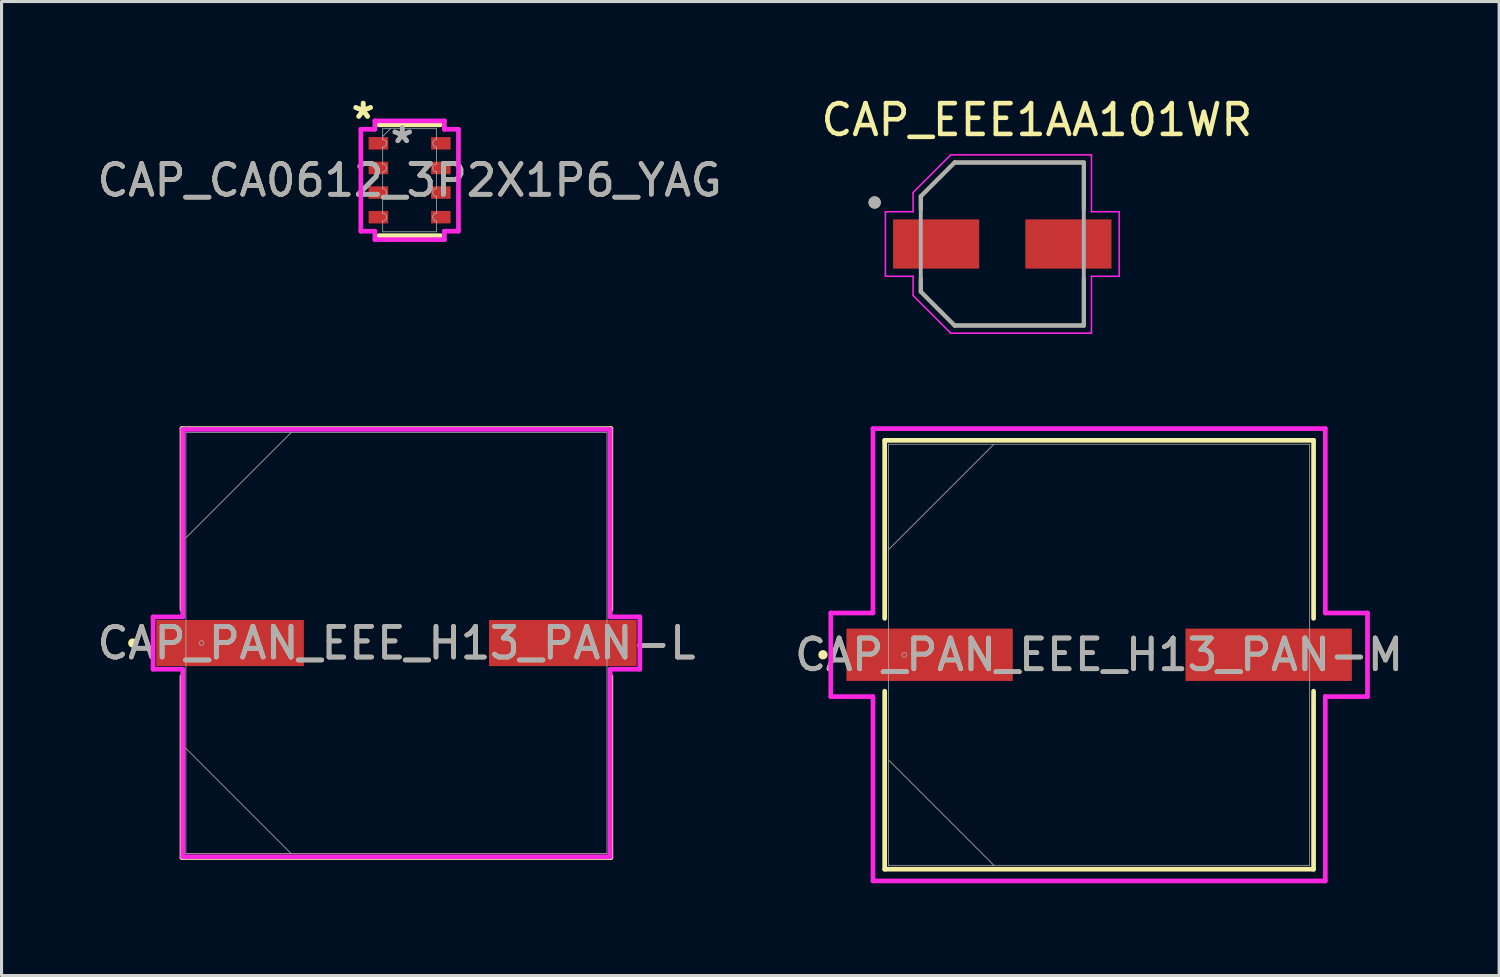
<source format=kicad_pcb>
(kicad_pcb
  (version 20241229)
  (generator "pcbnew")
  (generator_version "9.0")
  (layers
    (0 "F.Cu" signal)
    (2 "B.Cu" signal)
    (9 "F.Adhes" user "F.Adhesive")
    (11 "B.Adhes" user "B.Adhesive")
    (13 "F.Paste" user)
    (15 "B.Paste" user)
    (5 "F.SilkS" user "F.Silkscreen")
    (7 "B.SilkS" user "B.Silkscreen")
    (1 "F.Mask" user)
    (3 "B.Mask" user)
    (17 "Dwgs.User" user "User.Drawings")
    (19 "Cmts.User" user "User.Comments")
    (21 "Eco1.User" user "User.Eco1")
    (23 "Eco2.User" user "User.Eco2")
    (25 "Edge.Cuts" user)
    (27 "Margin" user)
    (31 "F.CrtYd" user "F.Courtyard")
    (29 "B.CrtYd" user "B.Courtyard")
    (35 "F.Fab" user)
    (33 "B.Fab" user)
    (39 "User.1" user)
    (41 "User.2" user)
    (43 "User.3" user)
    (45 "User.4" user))
  (footprint "CAP_PAN_EEE_H13_PAN-L"
    (layer "F.Cu")
    (at 9.839 17.857)
    (property "Reference" "CAP_PAN_EEE_H13_PAN-L" (at 0 0 0) (unlocked yes) (layer "F.SilkS") (effects (font (size 1 1) (thickness 0.15))))
    (attr smd)
    (fp_line (start -6.972 -6.972) (end -6.972 -1.082) (stroke (width 0.152) (type solid)) (layer "F.SilkS"))
    (fp_line (start -6.972 1.082) (end -6.972 6.972) (stroke (width 0.152) (type solid)) (layer "F.SilkS"))
    (fp_line (start -6.972 6.972) (end 6.972 6.972) (stroke (width 0.152) (type solid)) (layer "F.SilkS"))
    (fp_line (start 6.972 -6.972) (end -6.972 -6.972) (stroke (width 0.152) (type solid)) (layer "F.SilkS"))
    (fp_line (start 6.972 -1.082) (end 6.972 -6.972) (stroke (width 0.152) (type solid)) (layer "F.SilkS"))
    (fp_line (start 6.972 6.972) (end 6.972 1.082) (stroke (width 0.152) (type solid)) (layer "F.SilkS"))
    (fp_circle (center -8.572 0) (end -8.496 0) (stroke (width 0.152) (type solid)) (fill no) (layer "F.SilkS"))
    (fp_line (start -7.912 -0.851) (end -6.947 -0.851) (stroke (width 0.152) (type solid)) (layer "F.CrtYd"))
    (fp_line (start -7.912 0.851) (end -7.912 -0.851) (stroke (width 0.152) (type solid)) (layer "F.CrtYd"))
    (fp_line (start -6.947 -6.947) (end 6.947 -6.947) (stroke (width 0.152) (type solid)) (layer "F.CrtYd"))
    (fp_line (start -6.947 -0.851) (end -6.947 -6.947) (stroke (width 0.152) (type solid)) (layer "F.CrtYd"))
    (fp_line (start -6.947 0.851) (end -7.912 0.851) (stroke (width 0.152) (type solid)) (layer "F.CrtYd"))
    (fp_line (start -6.947 6.947) (end -6.947 0.851) (stroke (width 0.152) (type solid)) (layer "F.CrtYd"))
    (fp_line (start 6.947 -6.947) (end 6.947 -0.851) (stroke (width 0.152) (type solid)) (layer "F.CrtYd"))
    (fp_line (start 6.947 -0.851) (end 7.912 -0.851) (stroke (width 0.152) (type solid)) (layer "F.CrtYd"))
    (fp_line (start 6.947 0.851) (end 6.947 6.947) (stroke (width 0.152) (type solid)) (layer "F.CrtYd"))
    (fp_line (start 6.947 6.947) (end -6.947 6.947) (stroke (width 0.152) (type solid)) (layer "F.CrtYd"))
    (fp_line (start 7.912 -0.851) (end 7.912 0.851) (stroke (width 0.152) (type solid)) (layer "F.CrtYd"))
    (fp_line (start 7.912 0.851) (end 6.947 0.851) (stroke (width 0.152) (type solid)) (layer "F.CrtYd"))
    (fp_line (start -6.845 -6.845) (end -6.845 6.845) (stroke (width 0.025) (type solid)) (layer "F.Fab"))
    (fp_line (start -6.845 -3.423) (end -3.423 -6.845) (stroke (width 0.025) (type solid)) (layer "F.Fab"))
    (fp_line (start -6.845 3.423) (end -3.423 6.845) (stroke (width 0.025) (type solid)) (layer "F.Fab"))
    (fp_line (start -6.845 6.845) (end 6.845 6.845) (stroke (width 0.025) (type solid)) (layer "F.Fab"))
    (fp_line (start 6.845 -6.845) (end -6.845 -6.845) (stroke (width 0.025) (type solid)) (layer "F.Fab"))
    (fp_line (start 6.845 6.845) (end 6.845 -6.845) (stroke (width 0.025) (type solid)) (layer "F.Fab"))
    (fp_circle (center -6.337 0) (end -6.261 0) (stroke (width 0.025) (type solid)) (fill no) (layer "F.Fab"))
    (fp_text user "${REFERENCE}" (at 0 0 0) (unlocked yes) (layer "F.Fab") (effects (font (size 1 1) (thickness 0.15))))
    (pad "1" smd rect (at -5.41 0) (size 4.801 1.499) (layers "F.Cu" "F.Mask" "F.Paste"))
    (pad "2" smd rect (at 5.41 0) (size 4.801 1.499) (layers "F.Cu" "F.Mask" "F.Paste"))
    (zone (net_name "") (layer "F.Cu") (hatch full 0.508) (connect_pads) (min_thickness 0.254) (filled_areas_thickness no) (keepout (tracks not_allowed) (vias not_allowed) (pads allowed) (copperpour not_allowed) (footprints allowed)) (placement (enabled no)) (fill) (polygon (pts (xy 3.045 11.062) (xy 16.634 11.062) (xy 16.634 17.057) (xy 3.045 17.057))))
    (zone (net_name "") (layer "F.Cu") (hatch full 0.508) (connect_pads) (min_thickness 0.254) (filled_areas_thickness no) (keepout (tracks not_allowed) (vias not_allowed) (pads allowed) (copperpour not_allowed) (footprints allowed)) (placement (enabled no)) (fill) (polygon (pts (xy 3.045 18.657) (xy 16.634 18.657) (xy 16.634 24.651) (xy 3.045 24.651))))
    (zone (net_name "") (layer "F.Cu") (hatch full 0.508) (connect_pads) (min_thickness 0.254) (filled_areas_thickness no) (keepout (tracks not_allowed) (vias not_allowed) (pads allowed) (copperpour not_allowed) (footprints allowed)) (placement (enabled no)) (fill) (polygon (pts (xy 6.88 17.057) (xy 12.798 17.057) (xy 12.798 18.657) (xy 6.88 18.657)))))
  (footprint "CAP_EEE1AA101WR"
    (layer "F.Cu")
    (at 29.536 4.883)
    (property "Reference" "CAP_EEE1AA101WR" (at 1.125 -4.035 0) (layer "F.SilkS") (effects (font (size 1 1) (thickness 0.15))))
    (attr smd)
    (fp_line (start -2.65 -1.55) (end -2.65 -1.12) (stroke (width 0.127) (type solid)) (layer "F.SilkS"))
    (fp_line (start -2.65 1.12) (end -2.65 1.55) (stroke (width 0.127) (type solid)) (layer "F.SilkS"))
    (fp_line (start -2.65 1.55) (end -1.55 2.65) (stroke (width 0.127) (type solid)) (layer "F.SilkS"))
    (fp_line (start -1.55 -2.65) (end -2.65 -1.55) (stroke (width 0.127) (type solid)) (layer "F.SilkS"))
    (fp_line (start -1.55 2.65) (end 2.65 2.65) (stroke (width 0.127) (type solid)) (layer "F.SilkS"))
    (fp_line (start 2.65 -2.65) (end -1.55 -2.65) (stroke (width 0.127) (type solid)) (layer "F.SilkS"))
    (fp_line (start 2.65 -1.12) (end 2.65 -2.65) (stroke (width 0.127) (type solid)) (layer "F.SilkS"))
    (fp_line (start 2.65 2.65) (end 2.65 1.12) (stroke (width 0.127) (type solid)) (layer "F.SilkS"))
    (fp_circle (center -4.15 -1.35) (end -4.05 -1.35) (stroke (width 0.2) (type solid)) (fill no) (layer "F.SilkS"))
    (fp_line (start -3.8 -1.05) (end -2.9 -1.05) (stroke (width 0.05) (type solid)) (layer "F.CrtYd"))
    (fp_line (start -3.8 1.05) (end -3.8 -1.05) (stroke (width 0.05) (type solid)) (layer "F.CrtYd"))
    (fp_line (start -2.9 -1.675) (end -1.675 -2.9) (stroke (width 0.05) (type solid)) (layer "F.CrtYd"))
    (fp_line (start -2.9 -1.05) (end -2.9 -1.675) (stroke (width 0.05) (type solid)) (layer "F.CrtYd"))
    (fp_line (start -2.9 1.05) (end -3.8 1.05) (stroke (width 0.05) (type solid)) (layer "F.CrtYd"))
    (fp_line (start -2.9 1.675) (end -2.9 1.05) (stroke (width 0.05) (type solid)) (layer "F.CrtYd"))
    (fp_line (start -1.675 -2.9) (end 2.9 -2.9) (stroke (width 0.05) (type solid)) (layer "F.CrtYd"))
    (fp_line (start -1.675 2.9) (end -2.9 1.675) (stroke (width 0.05) (type solid)) (layer "F.CrtYd"))
    (fp_line (start 2.9 -2.9) (end 2.9 -1.05) (stroke (width 0.05) (type solid)) (layer "F.CrtYd"))
    (fp_line (start 2.9 -1.05) (end 3.8 -1.05) (stroke (width 0.05) (type solid)) (layer "F.CrtYd"))
    (fp_line (start 2.9 1.05) (end 2.9 2.9) (stroke (width 0.05) (type solid)) (layer "F.CrtYd"))
    (fp_line (start 2.9 2.9) (end -1.675 2.9) (stroke (width 0.05) (type solid)) (layer "F.CrtYd"))
    (fp_line (start 3.8 -1.05) (end 3.8 1.05) (stroke (width 0.05) (type solid)) (layer "F.CrtYd"))
    (fp_line (start 3.8 1.05) (end 2.9 1.05) (stroke (width 0.05) (type solid)) (layer "F.CrtYd"))
    (fp_line (start -2.65 -1.55) (end -2.65 1.55) (stroke (width 0.127) (type solid)) (layer "F.Fab"))
    (fp_line (start -2.65 1.55) (end -1.55 2.65) (stroke (width 0.127) (type solid)) (layer "F.Fab"))
    (fp_line (start -1.55 -2.65) (end -2.65 -1.55) (stroke (width 0.127) (type solid)) (layer "F.Fab"))
    (fp_line (start -1.55 2.65) (end 2.65 2.65) (stroke (width 0.127) (type solid)) (layer "F.Fab"))
    (fp_line (start 2.65 -2.65) (end -1.55 -2.65) (stroke (width 0.127) (type solid)) (layer "F.Fab"))
    (fp_line (start 2.65 2.65) (end 2.65 -2.65) (stroke (width 0.127) (type solid)) (layer "F.Fab"))
    (fp_circle (center -4.15 -1.35) (end -4.05 -1.35) (stroke (width 0.2) (type solid)) (fill no) (layer "F.Fab"))
    (pad "1" smd rect (at -2.15 0) (size 2.8 1.6) (layers "F.Cu" "F.Mask" "F.Paste"))
    (pad "2" smd rect (at 2.15 0) (size 2.8 1.6) (layers "F.Cu" "F.Mask" "F.Paste")))
  (footprint "CAP_PAN_EEE_H13_PAN-M"
    (layer "F.Cu")
    (at 32.685 18.238)
    (property "Reference" "CAP_PAN_EEE_H13_PAN-M" (at 0 0 0) (unlocked yes) (layer "F.SilkS") (effects (font (size 1 1) (thickness 0.15))))
    (attr smd)
    (fp_line (start -6.972 -6.972) (end -6.972 -1.184) (stroke (width 0.152) (type solid)) (layer "F.SilkS"))
    (fp_line (start -6.972 1.184) (end -6.972 6.972) (stroke (width 0.152) (type solid)) (layer "F.SilkS"))
    (fp_line (start -6.972 6.972) (end 6.972 6.972) (stroke (width 0.152) (type solid)) (layer "F.SilkS"))
    (fp_line (start 6.972 -6.972) (end -6.972 -6.972) (stroke (width 0.152) (type solid)) (layer "F.SilkS"))
    (fp_line (start 6.972 -1.184) (end 6.972 -6.972) (stroke (width 0.152) (type solid)) (layer "F.SilkS"))
    (fp_line (start 6.972 6.972) (end 6.972 1.184) (stroke (width 0.152) (type solid)) (layer "F.SilkS"))
    (fp_circle (center -8.979 0) (end -8.903 0) (stroke (width 0.152) (type solid)) (fill no) (layer "F.SilkS"))
    (fp_line (start -8.725 -1.359) (end -7.353 -1.359) (stroke (width 0.152) (type solid)) (layer "F.CrtYd"))
    (fp_line (start -8.725 1.359) (end -8.725 -1.359) (stroke (width 0.152) (type solid)) (layer "F.CrtYd"))
    (fp_line (start -7.353 -7.353) (end 7.353 -7.353) (stroke (width 0.152) (type solid)) (layer "F.CrtYd"))
    (fp_line (start -7.353 -1.359) (end -7.353 -7.353) (stroke (width 0.152) (type solid)) (layer "F.CrtYd"))
    (fp_line (start -7.353 1.359) (end -8.725 1.359) (stroke (width 0.152) (type solid)) (layer "F.CrtYd"))
    (fp_line (start -7.353 7.353) (end -7.353 1.359) (stroke (width 0.152) (type solid)) (layer "F.CrtYd"))
    (fp_line (start 7.353 -7.353) (end 7.353 -1.359) (stroke (width 0.152) (type solid)) (layer "F.CrtYd"))
    (fp_line (start 7.353 -1.359) (end 8.725 -1.359) (stroke (width 0.152) (type solid)) (layer "F.CrtYd"))
    (fp_line (start 7.353 1.359) (end 7.353 7.353) (stroke (width 0.152) (type solid)) (layer "F.CrtYd"))
    (fp_line (start 7.353 7.353) (end -7.353 7.353) (stroke (width 0.152) (type solid)) (layer "F.CrtYd"))
    (fp_line (start 8.725 -1.359) (end 8.725 1.359) (stroke (width 0.152) (type solid)) (layer "F.CrtYd"))
    (fp_line (start 8.725 1.359) (end 7.353 1.359) (stroke (width 0.152) (type solid)) (layer "F.CrtYd"))
    (fp_line (start -6.845 -6.845) (end -6.845 6.845) (stroke (width 0.025) (type solid)) (layer "F.Fab"))
    (fp_line (start -6.845 -3.423) (end -3.423 -6.845) (stroke (width 0.025) (type solid)) (layer "F.Fab"))
    (fp_line (start -6.845 3.423) (end -3.423 6.845) (stroke (width 0.025) (type solid)) (layer "F.Fab"))
    (fp_line (start -6.845 6.845) (end 6.845 6.845) (stroke (width 0.025) (type solid)) (layer "F.Fab"))
    (fp_line (start 6.845 -6.845) (end -6.845 -6.845) (stroke (width 0.025) (type solid)) (layer "F.Fab"))
    (fp_line (start 6.845 6.845) (end 6.845 -6.845) (stroke (width 0.025) (type solid)) (layer "F.Fab"))
    (fp_circle (center -6.337 0) (end -6.261 0) (stroke (width 0.025) (type solid)) (fill no) (layer "F.Fab"))
    (fp_text user "${REFERENCE}" (at 0 0 0) (unlocked yes) (layer "F.Fab") (effects (font (size 1 1) (thickness 0.15))))
    (pad "1" smd rect (at -5.512 0) (size 5.41 1.702) (layers "F.Cu" "F.Mask" "F.Paste"))
    (pad "2" smd rect (at 5.512 0) (size 5.41 1.702) (layers "F.Cu" "F.Mask" "F.Paste"))
    (zone (net_name "") (layer "F.Cu") (hatch full 0.508) (connect_pads) (min_thickness 0.254) (filled_areas_thickness no) (keepout (tracks not_allowed) (vias not_allowed) (pads allowed) (copperpour not_allowed) (footprints allowed)) (placement (enabled no)) (fill) (polygon (pts (xy 25.89 11.443) (xy 39.479 11.443) (xy 39.479 17.336) (xy 25.89 17.336))))
    (zone (net_name "") (layer "F.Cu") (hatch full 0.508) (connect_pads) (min_thickness 0.254) (filled_areas_thickness no) (keepout (tracks not_allowed) (vias not_allowed) (pads allowed) (copperpour not_allowed) (footprints allowed)) (placement (enabled no)) (fill) (polygon (pts (xy 25.89 19.139) (xy 39.479 19.139) (xy 39.479 25.032) (xy 25.89 25.032))))
    (zone (net_name "") (layer "F.Cu") (hatch full 0.508) (connect_pads) (min_thickness 0.254) (filled_areas_thickness no) (keepout (tracks not_allowed) (vias not_allowed) (pads allowed) (copperpour not_allowed) (footprints allowed)) (placement (enabled no)) (fill) (polygon (pts (xy 29.929 17.336) (xy 35.44 17.336) (xy 35.44 19.139) (xy 29.929 19.139)))))
  (footprint "CAP_CA0612_3P2X1P6_YAG"
    (layer "F.Cu")
    (at 10.268 2.81)
    (property "Reference" "CAP_CA0612_3P2X1P6_YAG" (at 0 0 0) (unlocked yes) (layer "F.SilkS") (effects (font (size 1 1) (thickness 0.15))))
    (attr smd)
    (fp_line (start -1.003 -1.803) (end 1.003 -1.803) (stroke (width 0.152) (type solid)) (layer "F.SilkS"))
    (fp_line (start -1.003 1.803) (end 1.003 1.803) (stroke (width 0.152) (type solid)) (layer "F.SilkS"))
    (fp_line (start -1.587 -1.657) (end -1.13 -1.657) (stroke (width 0.152) (type solid)) (layer "F.CrtYd"))
    (fp_line (start -1.587 1.657) (end -1.587 -1.657) (stroke (width 0.152) (type solid)) (layer "F.CrtYd"))
    (fp_line (start -1.587 1.657) (end -1.13 1.657) (stroke (width 0.152) (type solid)) (layer "F.CrtYd"))
    (fp_line (start -1.13 -1.93) (end 1.13 -1.93) (stroke (width 0.152) (type solid)) (layer "F.CrtYd"))
    (fp_line (start -1.13 -1.657) (end -1.13 -1.93) (stroke (width 0.152) (type solid)) (layer "F.CrtYd"))
    (fp_line (start -1.13 1.93) (end -1.13 1.657) (stroke (width 0.152) (type solid)) (layer "F.CrtYd"))
    (fp_line (start 1.13 -1.93) (end 1.13 -1.657) (stroke (width 0.152) (type solid)) (layer "F.CrtYd"))
    (fp_line (start 1.13 1.657) (end 1.13 1.93) (stroke (width 0.152) (type solid)) (layer "F.CrtYd"))
    (fp_line (start 1.13 1.93) (end -1.13 1.93) (stroke (width 0.152) (type solid)) (layer "F.CrtYd"))
    (fp_line (start 1.587 -1.657) (end 1.13 -1.657) (stroke (width 0.152) (type solid)) (layer "F.CrtYd"))
    (fp_line (start 1.587 -1.657) (end 1.587 1.657) (stroke (width 0.152) (type solid)) (layer "F.CrtYd"))
    (fp_line (start 1.587 1.657) (end 1.13 1.657) (stroke (width 0.152) (type solid)) (layer "F.CrtYd"))
    (fp_line (start -0.876 -1.676) (end 0.876 -1.676) (stroke (width 0.025) (type solid)) (layer "F.Fab"))
    (fp_line (start -0.876 -1.327) (end -0.876 -1.676) (stroke (width 0.025) (type solid)) (layer "F.Fab"))
    (fp_line (start -0.876 -1.073) (end -0.876 -0.527) (stroke (width 0.025) (type solid)) (layer "F.Fab"))
    (fp_line (start -0.876 -0.273) (end -0.876 0.273) (stroke (width 0.025) (type solid)) (layer "F.Fab"))
    (fp_line (start -0.876 0.527) (end -0.876 1.073) (stroke (width 0.025) (type solid)) (layer "F.Fab"))
    (fp_line (start -0.876 1.327) (end -0.876 1.676) (stroke (width 0.025) (type solid)) (layer "F.Fab"))
    (fp_line (start -0.876 1.676) (end 0.876 1.676) (stroke (width 0.025) (type solid)) (layer "F.Fab"))
    (fp_line (start -0.622 -1.676) (end -0.876 -1.422) (stroke (width 0.025) (type solid)) (layer "F.Fab"))
    (fp_line (start 0.876 -1.327) (end 0.876 -1.676) (stroke (width 0.025) (type solid)) (layer "F.Fab"))
    (fp_line (start 0.876 -1.073) (end 0.876 -0.527) (stroke (width 0.025) (type solid)) (layer "F.Fab"))
    (fp_line (start 0.876 -0.273) (end 0.876 0.273) (stroke (width 0.025) (type solid)) (layer "F.Fab"))
    (fp_line (start 0.876 0.527) (end 0.876 1.073) (stroke (width 0.025) (type solid)) (layer "F.Fab"))
    (fp_line (start 0.876 1.327) (end 0.876 1.676) (stroke (width 0.025) (type solid)) (layer "F.Fab"))
    (fp_arc (start -0.8763 -1.327) (mid -0.7493 -1.2) (end -0.8763 -1.073) (stroke (width 0.0254) (type solid)) (layer "F.Fab"))
    (fp_arc (start -0.8763 -0.526999) (mid -0.7493 -0.399999) (end -0.8763 -0.272999) (stroke (width 0.0254) (type solid)) (layer "F.Fab"))
    (fp_arc (start -0.8763 0.272999) (mid -0.7493 0.399999) (end -0.8763 0.526999) (stroke (width 0.0254) (type solid)) (layer "F.Fab"))
    (fp_arc (start -0.8763 1.073) (mid -0.7493 1.2) (end -0.8763 1.327) (stroke (width 0.0254) (type solid)) (layer "F.Fab"))
    (fp_arc (start 0.8763 -1.073) (mid 0.7493 -1.2) (end 0.8763 -1.327) (stroke (width 0.0254) (type solid)) (layer "F.Fab"))
    (fp_arc (start 0.8763 -0.272999) (mid 0.7493 -0.399999) (end 0.8763 -0.526999) (stroke (width 0.0254) (type solid)) (layer "F.Fab"))
    (fp_arc (start 0.8763 0.526999) (mid 0.7493 0.399999) (end 0.8763 0.272999) (stroke (width 0.0254) (type solid)) (layer "F.Fab"))
    (fp_arc (start 0.8763 1.327) (mid 0.7493 1.2) (end 0.8763 1.073) (stroke (width 0.0254) (type solid)) (layer "F.Fab"))
    (fp_text user "*" (at -1.511 -1.962 0) (unlocked yes) (layer "F.SilkS") (effects (font (size 1 1) (thickness 0.15))))
    (fp_text user "*" (at -1.511 -1.962 0) (layer "F.SilkS") (effects (font (size 1 1) (thickness 0.15))))
    (fp_text user "*" (at -0.241 -1.168 0) (unlocked yes) (layer "F.Fab") (effects (font (size 1 1) (thickness 0.15))))
    (fp_text user "${REFERENCE}" (at 0 0 0) (unlocked yes) (layer "F.Fab") (effects (font (size 1 1) (thickness 0.15))))
    (fp_text user "*" (at -0.241 -1.168 0) (layer "F.Fab") (effects (font (size 1 1) (thickness 0.15))))
    (pad "1" smd rect (at -1.016 -1.2) (size 0.635 0.406) (layers "F.Cu" "F.Mask" "F.Paste"))
    (pad "2" smd rect (at -1.016 -0.4) (size 0.635 0.406) (layers "F.Cu" "F.Mask" "F.Paste"))
    (pad "3" smd rect (at -1.016 0.4) (size 0.635 0.406) (layers "F.Cu" "F.Mask" "F.Paste"))
    (pad "4" smd rect (at -1.016 1.2) (size 0.635 0.406) (layers "F.Cu" "F.Mask" "F.Paste"))
    (pad "5" smd rect (at 1.016 1.2) (size 0.635 0.406) (layers "F.Cu" "F.Mask" "F.Paste"))
    (pad "6" smd rect (at 1.016 0.4) (size 0.635 0.406) (layers "F.Cu" "F.Mask" "F.Paste"))
    (pad "7" smd rect (at 1.016 -0.4) (size 0.635 0.406) (layers "F.Cu" "F.Mask" "F.Paste"))
    (pad "8" smd rect (at 1.016 -1.2) (size 0.635 0.406) (layers "F.Cu" "F.Mask" "F.Paste")))
  (gr_rect
    (start -3 -3)
    (end 45.69 28.667)
    (stroke (width 0.1) (type default))
    (fill no)
    (layer "Edge.Cuts")))
</source>
